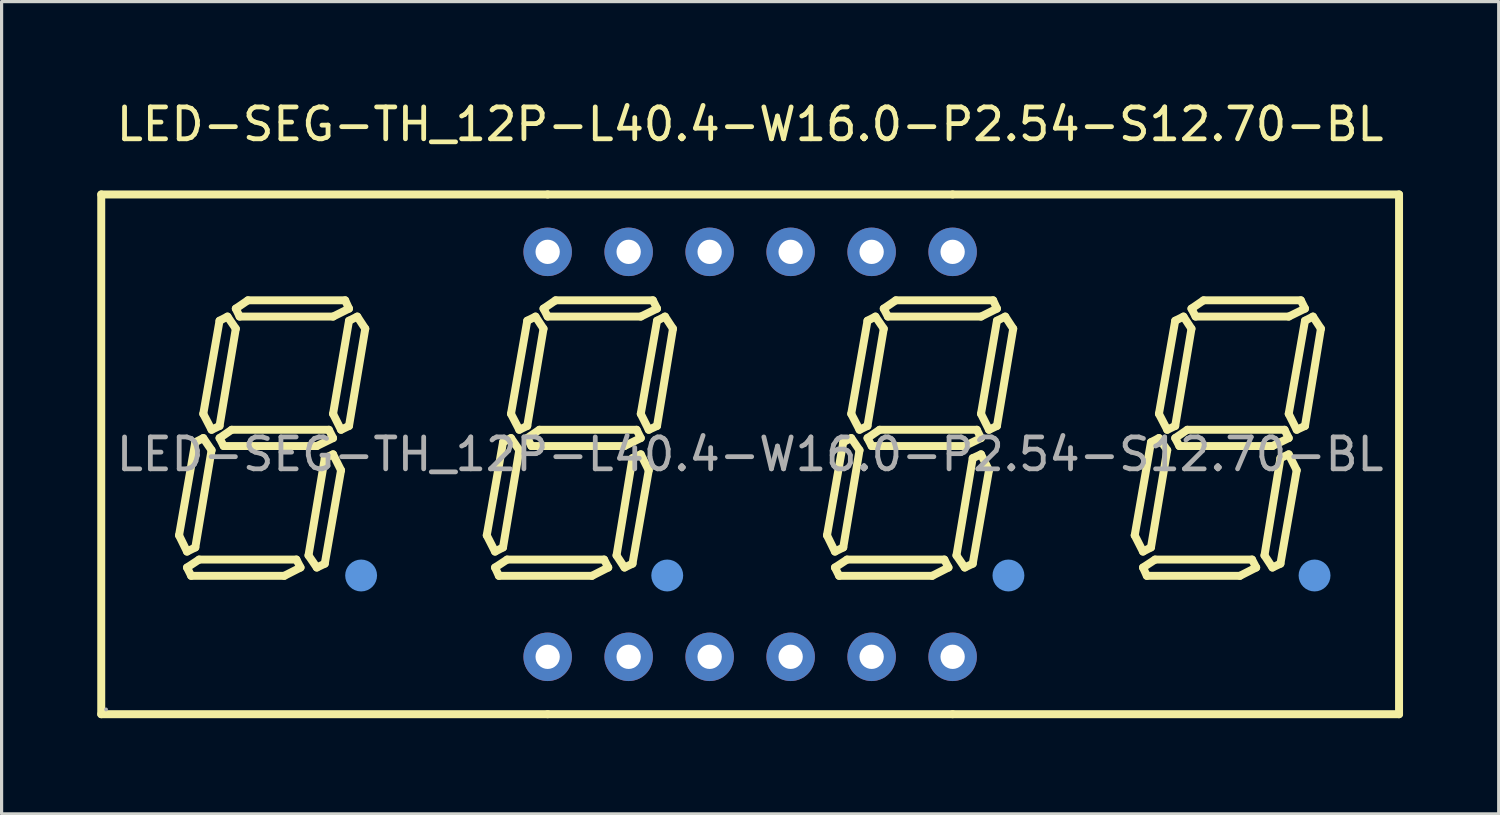
<source format=kicad_pcb>
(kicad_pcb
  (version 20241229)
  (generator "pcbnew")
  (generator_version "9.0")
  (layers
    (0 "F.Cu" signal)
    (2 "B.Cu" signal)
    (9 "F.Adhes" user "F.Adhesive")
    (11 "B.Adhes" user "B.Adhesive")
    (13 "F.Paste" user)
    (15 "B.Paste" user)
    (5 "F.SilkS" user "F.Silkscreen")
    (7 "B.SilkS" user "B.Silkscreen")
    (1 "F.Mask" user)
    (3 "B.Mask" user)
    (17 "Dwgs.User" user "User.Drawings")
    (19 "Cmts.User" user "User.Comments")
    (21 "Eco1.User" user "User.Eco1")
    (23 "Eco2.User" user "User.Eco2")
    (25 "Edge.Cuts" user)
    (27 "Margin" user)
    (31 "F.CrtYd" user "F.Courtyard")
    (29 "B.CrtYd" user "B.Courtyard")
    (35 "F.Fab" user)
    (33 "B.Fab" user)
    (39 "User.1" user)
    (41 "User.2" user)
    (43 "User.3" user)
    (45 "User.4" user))
  (footprint "LED-SEG-TH_12P-L40.4-W16.0-P2.54-S12.70-BL"
    (layer "F.Cu")
    (at 20.475 11.198)
    (property "Reference" "LED-SEG-TH_12P-L40.4-W16.0-P2.54-S12.70-BL" (at 0 -10.35 0) (layer "F.SilkS") (effects (font (size 1 1) (thickness 0.15))))
    (attr through_hole)
    (fp_line (start -20.35 -8.15) (end -20.35 8.15) (stroke (width 0.25) (type solid)) (layer "F.SilkS"))
    (fp_line (start -20.35 8.15) (end -6.35 8.15) (stroke (width 0.25) (type solid)) (layer "F.SilkS"))
    (fp_line (start -17.91 2.54) (end -17.4 -0.38) (stroke (width 0.25) (type solid)) (layer "F.SilkS"))
    (fp_line (start -17.66 3.05) (end -17.91 2.54) (stroke (width 0.25) (type solid)) (layer "F.SilkS"))
    (fp_line (start -17.66 3.55) (end -17.28 3.3) (stroke (width 0.25) (type solid)) (layer "F.SilkS"))
    (fp_line (start -17.53 3.81) (end -17.66 3.55) (stroke (width 0.25) (type solid)) (layer "F.SilkS"))
    (fp_line (start -17.4 -0.38) (end -17.15 -0.51) (stroke (width 0.25) (type solid)) (layer "F.SilkS"))
    (fp_line (start -17.4 2.92) (end -17.66 3.05) (stroke (width 0.25) (type solid)) (layer "F.SilkS"))
    (fp_line (start -17.28 3.3) (end -14.23 3.3) (stroke (width 0.25) (type solid)) (layer "F.SilkS"))
    (fp_line (start -17.15 -1.27) (end -16.64 -4.19) (stroke (width 0.25) (type solid)) (layer "F.SilkS"))
    (fp_line (start -17.15 -0.51) (end -16.89 -0.13) (stroke (width 0.25) (type solid)) (layer "F.SilkS"))
    (fp_line (start -16.89 -0.77) (end -17.15 -1.27) (stroke (width 0.25) (type solid)) (layer "F.SilkS"))
    (fp_line (start -16.89 -0.13) (end -17.4 2.92) (stroke (width 0.25) (type solid)) (layer "F.SilkS"))
    (fp_line (start -16.64 -4.19) (end -16.39 -4.32) (stroke (width 0.25) (type solid)) (layer "F.SilkS"))
    (fp_line (start -16.64 -0.89) (end -16.89 -0.77) (stroke (width 0.25) (type solid)) (layer "F.SilkS"))
    (fp_line (start -16.64 -0.51) (end -16.26 -0.77) (stroke (width 0.25) (type solid)) (layer "F.SilkS"))
    (fp_line (start -16.51 -0.26) (end -16.64 -0.51) (stroke (width 0.25) (type solid)) (layer "F.SilkS"))
    (fp_line (start -16.39 -4.32) (end -16.13 -3.94) (stroke (width 0.25) (type solid)) (layer "F.SilkS"))
    (fp_line (start -16.26 -0.77) (end -13.21 -0.77) (stroke (width 0.25) (type solid)) (layer "F.SilkS"))
    (fp_line (start -16.13 -4.57) (end -16.01 -4.32) (stroke (width 0.25) (type solid)) (layer "F.SilkS"))
    (fp_line (start -16.13 -3.94) (end -16.64 -0.89) (stroke (width 0.25) (type solid)) (layer "F.SilkS"))
    (fp_line (start -16.01 -4.32) (end -13.08 -4.32) (stroke (width 0.25) (type solid)) (layer "F.SilkS"))
    (fp_line (start -15.75 -4.83) (end -16.13 -4.57) (stroke (width 0.25) (type solid)) (layer "F.SilkS"))
    (fp_line (start -14.61 3.81) (end -17.53 3.81) (stroke (width 0.25) (type solid)) (layer "F.SilkS"))
    (fp_line (start -14.23 3.3) (end -14.1 3.55) (stroke (width 0.25) (type solid)) (layer "F.SilkS"))
    (fp_line (start -14.1 3.55) (end -14.61 3.81) (stroke (width 0.25) (type solid)) (layer "F.SilkS"))
    (fp_line (start -13.85 3.17) (end -13.59 3.55) (stroke (width 0.25) (type solid)) (layer "F.SilkS"))
    (fp_line (start -13.59 -0.26) (end -16.51 -0.26) (stroke (width 0.25) (type solid)) (layer "F.SilkS"))
    (fp_line (start -13.59 3.55) (end -13.34 3.43) (stroke (width 0.25) (type solid)) (layer "F.SilkS"))
    (fp_line (start -13.34 0.12) (end -13.85 3.17) (stroke (width 0.25) (type solid)) (layer "F.SilkS"))
    (fp_line (start -13.34 3.43) (end -12.83 0.5) (stroke (width 0.25) (type solid)) (layer "F.SilkS"))
    (fp_line (start -13.21 -0.77) (end -13.08 -0.51) (stroke (width 0.25) (type solid)) (layer "F.SilkS"))
    (fp_line (start -13.08 -4.32) (end -12.58 -4.57) (stroke (width 0.25) (type solid)) (layer "F.SilkS"))
    (fp_line (start -13.08 -1.27) (end -12.58 -4.19) (stroke (width 0.25) (type solid)) (layer "F.SilkS"))
    (fp_line (start -13.08 -0.51) (end -13.59 -0.26) (stroke (width 0.25) (type solid)) (layer "F.SilkS"))
    (fp_line (start -13.08 0) (end -13.34 0.12) (stroke (width 0.25) (type solid)) (layer "F.SilkS"))
    (fp_line (start -12.83 -0.77) (end -13.08 -1.27) (stroke (width 0.25) (type solid)) (layer "F.SilkS"))
    (fp_line (start -12.83 0.5) (end -13.08 0) (stroke (width 0.25) (type solid)) (layer "F.SilkS"))
    (fp_line (start -12.7 -4.83) (end -15.75 -4.83) (stroke (width 0.25) (type solid)) (layer "F.SilkS"))
    (fp_line (start -12.58 -4.57) (end -12.7 -4.83) (stroke (width 0.25) (type solid)) (layer "F.SilkS"))
    (fp_line (start -12.58 -4.19) (end -12.32 -4.32) (stroke (width 0.25) (type solid)) (layer "F.SilkS"))
    (fp_line (start -12.58 -0.89) (end -12.83 -0.77) (stroke (width 0.25) (type solid)) (layer "F.SilkS"))
    (fp_line (start -12.32 -4.32) (end -12.07 -3.94) (stroke (width 0.25) (type solid)) (layer "F.SilkS"))
    (fp_line (start -12.07 -3.94) (end -12.58 -0.89) (stroke (width 0.25) (type solid)) (layer "F.SilkS"))
    (fp_line (start -8.26 2.54) (end -7.75 -0.38) (stroke (width 0.25) (type solid)) (layer "F.SilkS"))
    (fp_line (start -8 3.05) (end -8.26 2.54) (stroke (width 0.25) (type solid)) (layer "F.SilkS"))
    (fp_line (start -8 3.55) (end -7.62 3.3) (stroke (width 0.25) (type solid)) (layer "F.SilkS"))
    (fp_line (start -7.88 3.81) (end -8 3.55) (stroke (width 0.25) (type solid)) (layer "F.SilkS"))
    (fp_line (start -7.75 -0.38) (end -7.5 -0.51) (stroke (width 0.25) (type solid)) (layer "F.SilkS"))
    (fp_line (start -7.75 2.92) (end -8 3.05) (stroke (width 0.25) (type solid)) (layer "F.SilkS"))
    (fp_line (start -7.62 3.3) (end -4.58 3.3) (stroke (width 0.25) (type solid)) (layer "F.SilkS"))
    (fp_line (start -7.5 -1.27) (end -6.99 -4.19) (stroke (width 0.25) (type solid)) (layer "F.SilkS"))
    (fp_line (start -7.5 -0.51) (end -7.24 -0.13) (stroke (width 0.25) (type solid)) (layer "F.SilkS"))
    (fp_line (start -7.24 -0.77) (end -7.5 -1.27) (stroke (width 0.25) (type solid)) (layer "F.SilkS"))
    (fp_line (start -7.24 -0.13) (end -7.75 2.92) (stroke (width 0.25) (type solid)) (layer "F.SilkS"))
    (fp_line (start -6.99 -4.19) (end -6.73 -4.32) (stroke (width 0.25) (type solid)) (layer "F.SilkS"))
    (fp_line (start -6.99 -0.89) (end -7.24 -0.77) (stroke (width 0.25) (type solid)) (layer "F.SilkS"))
    (fp_line (start -6.99 -0.51) (end -6.61 -0.77) (stroke (width 0.25) (type solid)) (layer "F.SilkS"))
    (fp_line (start -6.86 -0.26) (end -6.99 -0.51) (stroke (width 0.25) (type solid)) (layer "F.SilkS"))
    (fp_line (start -6.73 -4.32) (end -6.48 -3.94) (stroke (width 0.25) (type solid)) (layer "F.SilkS"))
    (fp_line (start -6.61 -0.77) (end -3.56 -0.77) (stroke (width 0.25) (type solid)) (layer "F.SilkS"))
    (fp_line (start -6.48 -4.57) (end -6.35 -4.32) (stroke (width 0.25) (type solid)) (layer "F.SilkS"))
    (fp_line (start -6.48 -3.94) (end -6.99 -0.89) (stroke (width 0.25) (type solid)) (layer "F.SilkS"))
    (fp_line (start -6.35 -8.15) (end -20.35 -8.15) (stroke (width 0.25) (type solid)) (layer "F.SilkS"))
    (fp_line (start -6.35 -4.32) (end -3.43 -4.32) (stroke (width 0.25) (type solid)) (layer "F.SilkS"))
    (fp_line (start -6.35 8.15) (end 6.35 8.15) (stroke (width 0.25) (type solid)) (layer "F.SilkS"))
    (fp_line (start -6.1 -4.83) (end -6.48 -4.57) (stroke (width 0.25) (type solid)) (layer "F.SilkS"))
    (fp_line (start -4.96 3.81) (end -7.88 3.81) (stroke (width 0.25) (type solid)) (layer "F.SilkS"))
    (fp_line (start -4.58 3.3) (end -4.45 3.55) (stroke (width 0.25) (type solid)) (layer "F.SilkS"))
    (fp_line (start -4.45 3.55) (end -4.96 3.81) (stroke (width 0.25) (type solid)) (layer "F.SilkS"))
    (fp_line (start -4.19 3.17) (end -3.94 3.55) (stroke (width 0.25) (type solid)) (layer "F.SilkS"))
    (fp_line (start -3.94 -0.26) (end -6.86 -0.26) (stroke (width 0.25) (type solid)) (layer "F.SilkS"))
    (fp_line (start -3.94 3.55) (end -3.69 3.43) (stroke (width 0.25) (type solid)) (layer "F.SilkS"))
    (fp_line (start -3.69 0.12) (end -4.19 3.17) (stroke (width 0.25) (type solid)) (layer "F.SilkS"))
    (fp_line (start -3.69 3.43) (end -3.18 0.5) (stroke (width 0.25) (type solid)) (layer "F.SilkS"))
    (fp_line (start -3.56 -0.77) (end -3.43 -0.51) (stroke (width 0.25) (type solid)) (layer "F.SilkS"))
    (fp_line (start -3.43 -4.32) (end -2.92 -4.57) (stroke (width 0.25) (type solid)) (layer "F.SilkS"))
    (fp_line (start -3.43 -1.27) (end -2.92 -4.19) (stroke (width 0.25) (type solid)) (layer "F.SilkS"))
    (fp_line (start -3.43 -0.51) (end -3.94 -0.26) (stroke (width 0.25) (type solid)) (layer "F.SilkS"))
    (fp_line (start -3.43 0) (end -3.69 0.12) (stroke (width 0.25) (type solid)) (layer "F.SilkS"))
    (fp_line (start -3.18 -0.77) (end -3.43 -1.27) (stroke (width 0.25) (type solid)) (layer "F.SilkS"))
    (fp_line (start -3.18 0.5) (end -3.43 0) (stroke (width 0.25) (type solid)) (layer "F.SilkS"))
    (fp_line (start -3.05 -4.83) (end -6.1 -4.83) (stroke (width 0.25) (type solid)) (layer "F.SilkS"))
    (fp_line (start -2.92 -4.57) (end -3.05 -4.83) (stroke (width 0.25) (type solid)) (layer "F.SilkS"))
    (fp_line (start -2.92 -4.19) (end -2.67 -4.32) (stroke (width 0.25) (type solid)) (layer "F.SilkS"))
    (fp_line (start -2.92 -0.89) (end -3.18 -0.77) (stroke (width 0.25) (type solid)) (layer "F.SilkS"))
    (fp_line (start -2.67 -4.32) (end -2.42 -3.94) (stroke (width 0.25) (type solid)) (layer "F.SilkS"))
    (fp_line (start -2.42 -3.94) (end -2.92 -0.89) (stroke (width 0.25) (type solid)) (layer "F.SilkS"))
    (fp_line (start 2.41 2.54) (end 2.92 -0.38) (stroke (width 0.25) (type solid)) (layer "F.SilkS"))
    (fp_line (start 2.66 3.05) (end 2.41 2.54) (stroke (width 0.25) (type solid)) (layer "F.SilkS"))
    (fp_line (start 2.66 3.55) (end 3.04 3.3) (stroke (width 0.25) (type solid)) (layer "F.SilkS"))
    (fp_line (start 2.79 3.81) (end 2.66 3.55) (stroke (width 0.25) (type solid)) (layer "F.SilkS"))
    (fp_line (start 2.92 -0.38) (end 3.17 -0.51) (stroke (width 0.25) (type solid)) (layer "F.SilkS"))
    (fp_line (start 2.92 2.92) (end 2.66 3.05) (stroke (width 0.25) (type solid)) (layer "F.SilkS"))
    (fp_line (start 3.04 3.3) (end 6.09 3.3) (stroke (width 0.25) (type solid)) (layer "F.SilkS"))
    (fp_line (start 3.17 -1.27) (end 3.68 -4.19) (stroke (width 0.25) (type solid)) (layer "F.SilkS"))
    (fp_line (start 3.17 -0.51) (end 3.43 -0.13) (stroke (width 0.25) (type solid)) (layer "F.SilkS"))
    (fp_line (start 3.43 -0.77) (end 3.17 -1.27) (stroke (width 0.25) (type solid)) (layer "F.SilkS"))
    (fp_line (start 3.43 -0.13) (end 2.92 2.92) (stroke (width 0.25) (type solid)) (layer "F.SilkS"))
    (fp_line (start 3.68 -4.19) (end 3.93 -4.32) (stroke (width 0.25) (type solid)) (layer "F.SilkS"))
    (fp_line (start 3.68 -0.89) (end 3.43 -0.77) (stroke (width 0.25) (type solid)) (layer "F.SilkS"))
    (fp_line (start 3.68 -0.51) (end 4.06 -0.77) (stroke (width 0.25) (type solid)) (layer "F.SilkS"))
    (fp_line (start 3.81 -0.26) (end 3.68 -0.51) (stroke (width 0.25) (type solid)) (layer "F.SilkS"))
    (fp_line (start 3.93 -4.32) (end 4.19 -3.94) (stroke (width 0.25) (type solid)) (layer "F.SilkS"))
    (fp_line (start 4.06 -0.77) (end 7.11 -0.77) (stroke (width 0.25) (type solid)) (layer "F.SilkS"))
    (fp_line (start 4.19 -4.57) (end 4.32 -4.32) (stroke (width 0.25) (type solid)) (layer "F.SilkS"))
    (fp_line (start 4.19 -3.94) (end 3.68 -0.89) (stroke (width 0.25) (type solid)) (layer "F.SilkS"))
    (fp_line (start 4.32 -4.32) (end 7.24 -4.32) (stroke (width 0.25) (type solid)) (layer "F.SilkS"))
    (fp_line (start 4.57 -4.83) (end 4.19 -4.57) (stroke (width 0.25) (type solid)) (layer "F.SilkS"))
    (fp_line (start 5.71 3.81) (end 2.79 3.81) (stroke (width 0.25) (type solid)) (layer "F.SilkS"))
    (fp_line (start 6.09 3.3) (end 6.22 3.55) (stroke (width 0.25) (type solid)) (layer "F.SilkS"))
    (fp_line (start 6.22 3.55) (end 5.71 3.81) (stroke (width 0.25) (type solid)) (layer "F.SilkS"))
    (fp_line (start 6.35 -8.15) (end -6.35 -8.15) (stroke (width 0.25) (type solid)) (layer "F.SilkS"))
    (fp_line (start 6.35 8.15) (end 20.35 8.15) (stroke (width 0.25) (type solid)) (layer "F.SilkS"))
    (fp_line (start 6.47 3.17) (end 6.73 3.55) (stroke (width 0.25) (type solid)) (layer "F.SilkS"))
    (fp_line (start 6.73 -0.26) (end 3.81 -0.26) (stroke (width 0.25) (type solid)) (layer "F.SilkS"))
    (fp_line (start 6.73 3.55) (end 6.98 3.43) (stroke (width 0.25) (type solid)) (layer "F.SilkS"))
    (fp_line (start 6.98 0.12) (end 6.47 3.17) (stroke (width 0.25) (type solid)) (layer "F.SilkS"))
    (fp_line (start 6.98 3.43) (end 7.49 0.5) (stroke (width 0.25) (type solid)) (layer "F.SilkS"))
    (fp_line (start 7.11 -0.77) (end 7.24 -0.51) (stroke (width 0.25) (type solid)) (layer "F.SilkS"))
    (fp_line (start 7.24 -4.32) (end 7.74 -4.57) (stroke (width 0.25) (type solid)) (layer "F.SilkS"))
    (fp_line (start 7.24 -1.27) (end 7.74 -4.19) (stroke (width 0.25) (type solid)) (layer "F.SilkS"))
    (fp_line (start 7.24 -0.51) (end 6.73 -0.26) (stroke (width 0.25) (type solid)) (layer "F.SilkS"))
    (fp_line (start 7.24 0) (end 6.98 0.12) (stroke (width 0.25) (type solid)) (layer "F.SilkS"))
    (fp_line (start 7.49 -0.77) (end 7.24 -1.27) (stroke (width 0.25) (type solid)) (layer "F.SilkS"))
    (fp_line (start 7.49 0.5) (end 7.24 0) (stroke (width 0.25) (type solid)) (layer "F.SilkS"))
    (fp_line (start 7.62 -4.83) (end 4.57 -4.83) (stroke (width 0.25) (type solid)) (layer "F.SilkS"))
    (fp_line (start 7.74 -4.57) (end 7.62 -4.83) (stroke (width 0.25) (type solid)) (layer "F.SilkS"))
    (fp_line (start 7.74 -4.19) (end 8 -4.32) (stroke (width 0.25) (type solid)) (layer "F.SilkS"))
    (fp_line (start 7.74 -0.89) (end 7.49 -0.77) (stroke (width 0.25) (type solid)) (layer "F.SilkS"))
    (fp_line (start 8 -4.32) (end 8.25 -3.94) (stroke (width 0.25) (type solid)) (layer "F.SilkS"))
    (fp_line (start 8.25 -3.94) (end 7.74 -0.89) (stroke (width 0.25) (type solid)) (layer "F.SilkS"))
    (fp_line (start 12.06 2.54) (end 12.57 -0.38) (stroke (width 0.25) (type solid)) (layer "F.SilkS"))
    (fp_line (start 12.32 3.05) (end 12.06 2.54) (stroke (width 0.25) (type solid)) (layer "F.SilkS"))
    (fp_line (start 12.32 3.55) (end 12.7 3.3) (stroke (width 0.25) (type solid)) (layer "F.SilkS"))
    (fp_line (start 12.44 3.81) (end 12.32 3.55) (stroke (width 0.25) (type solid)) (layer "F.SilkS"))
    (fp_line (start 12.57 -0.38) (end 12.82 -0.51) (stroke (width 0.25) (type solid)) (layer "F.SilkS"))
    (fp_line (start 12.57 2.92) (end 12.32 3.05) (stroke (width 0.25) (type solid)) (layer "F.SilkS"))
    (fp_line (start 12.7 3.3) (end 15.74 3.3) (stroke (width 0.25) (type solid)) (layer "F.SilkS"))
    (fp_line (start 12.82 -1.27) (end 13.33 -4.19) (stroke (width 0.25) (type solid)) (layer "F.SilkS"))
    (fp_line (start 12.82 -0.51) (end 13.08 -0.13) (stroke (width 0.25) (type solid)) (layer "F.SilkS"))
    (fp_line (start 13.08 -0.77) (end 12.82 -1.27) (stroke (width 0.25) (type solid)) (layer "F.SilkS"))
    (fp_line (start 13.08 -0.13) (end 12.57 2.92) (stroke (width 0.25) (type solid)) (layer "F.SilkS"))
    (fp_line (start 13.33 -4.19) (end 13.59 -4.32) (stroke (width 0.25) (type solid)) (layer "F.SilkS"))
    (fp_line (start 13.33 -0.89) (end 13.08 -0.77) (stroke (width 0.25) (type solid)) (layer "F.SilkS"))
    (fp_line (start 13.33 -0.51) (end 13.71 -0.77) (stroke (width 0.25) (type solid)) (layer "F.SilkS"))
    (fp_line (start 13.46 -0.26) (end 13.33 -0.51) (stroke (width 0.25) (type solid)) (layer "F.SilkS"))
    (fp_line (start 13.59 -4.32) (end 13.84 -3.94) (stroke (width 0.25) (type solid)) (layer "F.SilkS"))
    (fp_line (start 13.71 -0.77) (end 16.76 -0.77) (stroke (width 0.25) (type solid)) (layer "F.SilkS"))
    (fp_line (start 13.84 -4.57) (end 13.97 -4.32) (stroke (width 0.25) (type solid)) (layer "F.SilkS"))
    (fp_line (start 13.84 -3.94) (end 13.33 -0.89) (stroke (width 0.25) (type solid)) (layer "F.SilkS"))
    (fp_line (start 13.97 -4.32) (end 16.89 -4.32) (stroke (width 0.25) (type solid)) (layer "F.SilkS"))
    (fp_line (start 14.22 -4.83) (end 13.84 -4.57) (stroke (width 0.25) (type solid)) (layer "F.SilkS"))
    (fp_line (start 15.36 3.81) (end 12.44 3.81) (stroke (width 0.25) (type solid)) (layer "F.SilkS"))
    (fp_line (start 15.74 3.3) (end 15.87 3.55) (stroke (width 0.25) (type solid)) (layer "F.SilkS"))
    (fp_line (start 15.87 3.55) (end 15.36 3.81) (stroke (width 0.25) (type solid)) (layer "F.SilkS"))
    (fp_line (start 16.13 3.17) (end 16.38 3.55) (stroke (width 0.25) (type solid)) (layer "F.SilkS"))
    (fp_line (start 16.38 -0.26) (end 13.46 -0.26) (stroke (width 0.25) (type solid)) (layer "F.SilkS"))
    (fp_line (start 16.38 3.55) (end 16.63 3.43) (stroke (width 0.25) (type solid)) (layer "F.SilkS"))
    (fp_line (start 16.63 0.12) (end 16.13 3.17) (stroke (width 0.25) (type solid)) (layer "F.SilkS"))
    (fp_line (start 16.63 3.43) (end 17.14 0.5) (stroke (width 0.25) (type solid)) (layer "F.SilkS"))
    (fp_line (start 16.76 -0.77) (end 16.89 -0.51) (stroke (width 0.25) (type solid)) (layer "F.SilkS"))
    (fp_line (start 16.89 -4.32) (end 17.4 -4.57) (stroke (width 0.25) (type solid)) (layer "F.SilkS"))
    (fp_line (start 16.89 -1.27) (end 17.4 -4.19) (stroke (width 0.25) (type solid)) (layer "F.SilkS"))
    (fp_line (start 16.89 -0.51) (end 16.38 -0.26) (stroke (width 0.25) (type solid)) (layer "F.SilkS"))
    (fp_line (start 16.89 0) (end 16.63 0.12) (stroke (width 0.25) (type solid)) (layer "F.SilkS"))
    (fp_line (start 17.14 -0.77) (end 16.89 -1.27) (stroke (width 0.25) (type solid)) (layer "F.SilkS"))
    (fp_line (start 17.14 0.5) (end 16.89 0) (stroke (width 0.25) (type solid)) (layer "F.SilkS"))
    (fp_line (start 17.27 -4.83) (end 14.22 -4.83) (stroke (width 0.25) (type solid)) (layer "F.SilkS"))
    (fp_line (start 17.4 -4.57) (end 17.27 -4.83) (stroke (width 0.25) (type solid)) (layer "F.SilkS"))
    (fp_line (start 17.4 -4.19) (end 17.65 -4.32) (stroke (width 0.25) (type solid)) (layer "F.SilkS"))
    (fp_line (start 17.4 -0.89) (end 17.14 -0.77) (stroke (width 0.25) (type solid)) (layer "F.SilkS"))
    (fp_line (start 17.65 -4.32) (end 17.9 -3.94) (stroke (width 0.25) (type solid)) (layer "F.SilkS"))
    (fp_line (start 17.9 -3.94) (end 17.4 -0.89) (stroke (width 0.25) (type solid)) (layer "F.SilkS"))
    (fp_line (start 20.35 -8.15) (end 6.35 -8.15) (stroke (width 0.25) (type solid)) (layer "F.SilkS"))
    (fp_line (start 20.35 8.15) (end 20.35 -8.15) (stroke (width 0.25) (type solid)) (layer "F.SilkS"))
    (fp_arc (start -12.24 3.56) (mid -12.235004 4.05995) (end -12.249989 3.5602) (stroke (width 0.25) (type solid)) (layer "F.SilkS"))
    (fp_arc (start -2.59 3.56) (mid -2.585004 4.05995) (end -2.599989 3.5602) (stroke (width 0.25) (type solid)) (layer "F.SilkS"))
    (fp_arc (start 8.08 3.56) (mid 8.084996 4.05995) (end 8.070011 3.5602) (stroke (width 0.25) (type solid)) (layer "F.SilkS"))
    (fp_arc (start 17.73 3.56) (mid 17.734996 4.05995) (end 17.720011 3.5602) (stroke (width 0.25) (type solid)) (layer "F.SilkS"))
    (fp_circle (center -12.2 3.8) (end -11.95 3.8) (stroke (width 0.5) (type solid)) (fill no) (layer "Cmts.User"))
    (fp_circle (center -2.6 3.8) (end -2.35 3.8) (stroke (width 0.5) (type solid)) (fill no) (layer "Cmts.User"))
    (fp_circle (center 8.1 3.8) (end 8.35 3.8) (stroke (width 0.5) (type solid)) (fill no) (layer "Cmts.User"))
    (fp_circle (center 17.7 3.8) (end 17.95 3.8) (stroke (width 0.5) (type solid)) (fill no) (layer "Cmts.User"))
    (fp_circle (center -20.2 8) (end -20.17 8) (stroke (width 0.06) (type solid)) (fill no) (layer "F.Fab"))
    (fp_circle (center -6.35 -6.35) (end -6.22 -6.35) (stroke (width 0.25) (type solid)) (fill no) (layer "F.Fab"))
    (fp_circle (center -6.35 6.35) (end -6.22 6.35) (stroke (width 0.25) (type solid)) (fill no) (layer "F.Fab"))
    (fp_circle (center -3.81 -6.35) (end -3.68 -6.35) (stroke (width 0.25) (type solid)) (fill no) (layer "F.Fab"))
    (fp_circle (center -3.81 6.35) (end -3.68 6.35) (stroke (width 0.25) (type solid)) (fill no) (layer "F.Fab"))
    (fp_circle (center -1.27 -6.35) (end -1.14 -6.35) (stroke (width 0.25) (type solid)) (fill no) (layer "F.Fab"))
    (fp_circle (center -1.27 6.35) (end -1.14 6.35) (stroke (width 0.25) (type solid)) (fill no) (layer "F.Fab"))
    (fp_circle (center 1.27 -6.35) (end 1.4 -6.35) (stroke (width 0.25) (type solid)) (fill no) (layer "F.Fab"))
    (fp_circle (center 1.27 6.35) (end 1.4 6.35) (stroke (width 0.25) (type solid)) (fill no) (layer "F.Fab"))
    (fp_circle (center 3.81 -6.35) (end 3.94 -6.35) (stroke (width 0.25) (type solid)) (fill no) (layer "F.Fab"))
    (fp_circle (center 3.81 6.35) (end 3.94 6.35) (stroke (width 0.25) (type solid)) (fill no) (layer "F.Fab"))
    (fp_circle (center 6.35 -6.35) (end 6.48 -6.35) (stroke (width 0.25) (type solid)) (fill no) (layer "F.Fab"))
    (fp_circle (center 6.35 6.35) (end 6.48 6.35) (stroke (width 0.25) (type solid)) (fill no) (layer "F.Fab"))
    (fp_text user "${REFERENCE}" (at 0 0 0) (layer "F.Fab") (effects (font (size 1 1) (thickness 0.15))))
    (pad "1" thru_hole circle (at -6.35 6.35) (size 1.52 1.52) (drill 0.762) (layers "*.Cu" "*.Paste" "*.Mask"))
    (pad "2" thru_hole circle (at -3.81 6.35) (size 1.52 1.52) (drill 0.762) (layers "*.Cu" "*.Paste" "*.Mask"))
    (pad "3" thru_hole circle (at -1.27 6.35) (size 1.52 1.52) (drill 0.762) (layers "*.Cu" "*.Paste" "*.Mask"))
    (pad "4" thru_hole circle (at 1.27 6.35) (size 1.52 1.52) (drill 0.762) (layers "*.Cu" "*.Paste" "*.Mask"))
    (pad "5" thru_hole circle (at 3.81 6.35) (size 1.52 1.52) (drill 0.762) (layers "*.Cu" "*.Paste" "*.Mask"))
    (pad "6" thru_hole circle (at 6.35 6.35) (size 1.52 1.52) (drill 0.762) (layers "*.Cu" "*.Paste" "*.Mask"))
    (pad "7" thru_hole circle (at 6.35 -6.35) (size 1.52 1.52) (drill 0.762) (layers "*.Cu" "*.Paste" "*.Mask"))
    (pad "8" thru_hole circle (at 3.81 -6.35) (size 1.52 1.52) (drill 0.762) (layers "*.Cu" "*.Paste" "*.Mask"))
    (pad "9" thru_hole circle (at 1.27 -6.35) (size 1.52 1.52) (drill 0.762) (layers "*.Cu" "*.Paste" "*.Mask"))
    (pad "10" thru_hole circle (at -1.27 -6.35) (size 1.52 1.52) (drill 0.762) (layers "*.Cu" "*.Paste" "*.Mask"))
    (pad "11" thru_hole circle (at -3.81 -6.35) (size 1.52 1.52) (drill 0.762) (layers "*.Cu" "*.Paste" "*.Mask"))
    (pad "12" thru_hole circle (at -6.35 -6.35) (size 1.52 1.52) (drill 0.762) (layers "*.Cu" "*.Paste" "*.Mask")))
  (gr_rect
    (start -3 -3)
    (end 43.95 22.473)
    (stroke (width 0.1) (type default))
    (fill no)
    (layer "Edge.Cuts")))
</source>
